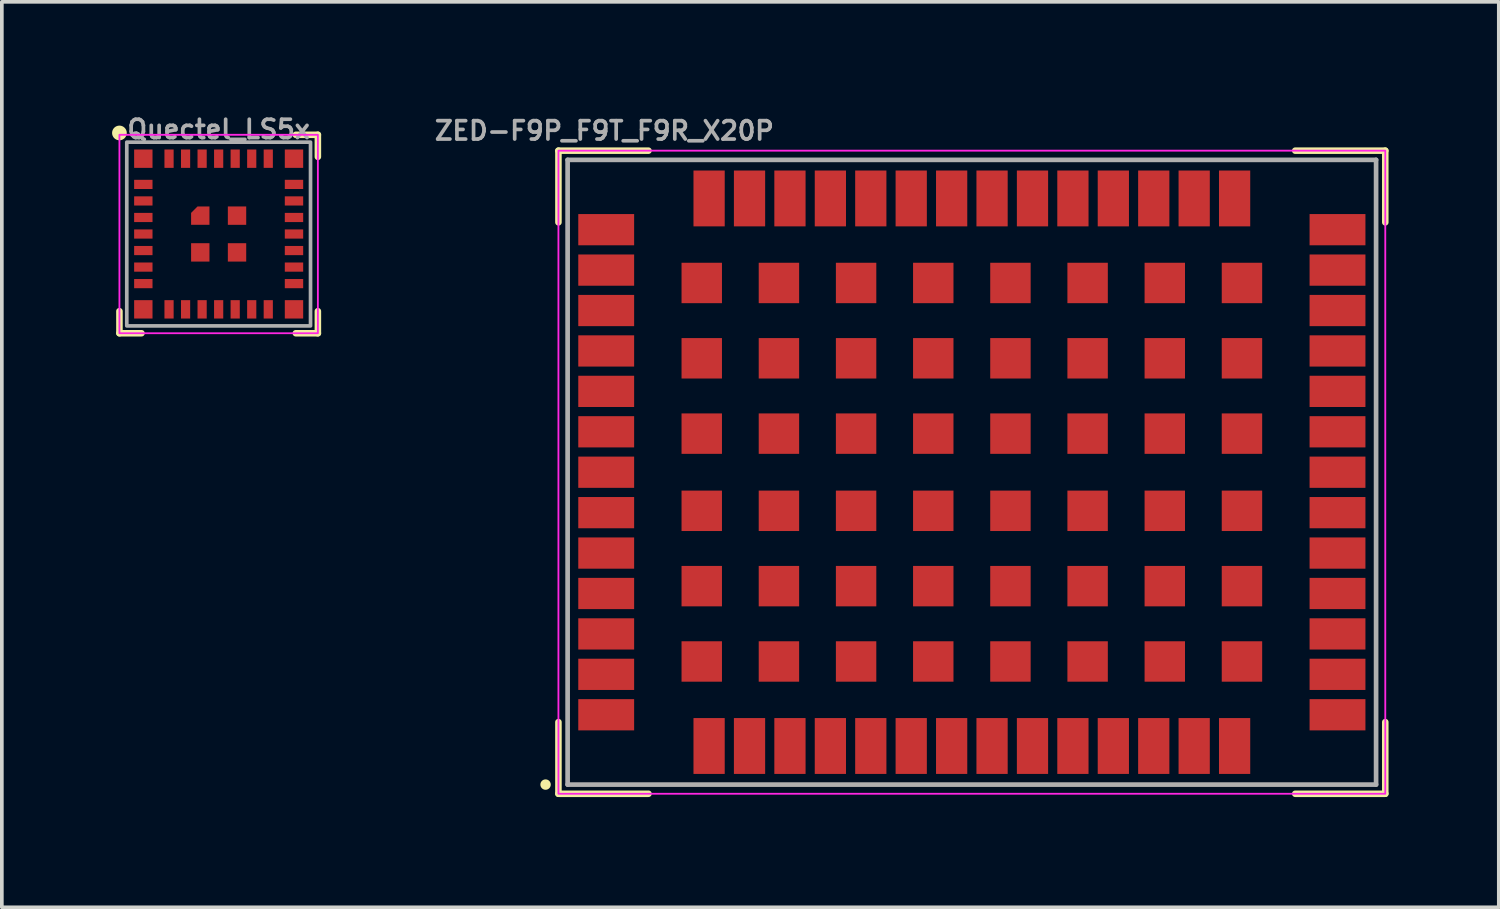
<source format=kicad_pcb>
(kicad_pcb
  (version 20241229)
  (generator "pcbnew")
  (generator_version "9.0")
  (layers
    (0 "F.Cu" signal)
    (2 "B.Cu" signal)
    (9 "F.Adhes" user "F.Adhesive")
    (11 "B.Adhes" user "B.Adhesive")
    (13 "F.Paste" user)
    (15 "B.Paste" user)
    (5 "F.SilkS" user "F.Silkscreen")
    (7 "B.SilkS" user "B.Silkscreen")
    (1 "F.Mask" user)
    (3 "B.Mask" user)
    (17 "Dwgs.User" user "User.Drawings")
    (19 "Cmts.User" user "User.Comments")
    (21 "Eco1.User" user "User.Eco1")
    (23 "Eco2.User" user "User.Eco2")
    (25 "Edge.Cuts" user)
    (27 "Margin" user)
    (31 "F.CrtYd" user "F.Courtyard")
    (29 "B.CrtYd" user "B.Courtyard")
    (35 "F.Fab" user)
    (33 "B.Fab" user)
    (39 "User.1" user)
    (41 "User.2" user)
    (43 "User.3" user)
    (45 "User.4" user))
  (footprint "Quectel_LS5x"
    (layer "F.Cu")
    (at 2.9 3.318)
    (property "Reference" "Quectel_LS5x" (at 0 -2.85 0) (layer "F.Fab") (effects (font (size 0.5 0.5) (thickness 0.1))))
    (attr smd)
    (fp_line (start -2.7 2.7) (end -2.7 2.1) (stroke (width 0.178) (type default)) (layer "F.SilkS"))
    (fp_line (start -2.1 2.7) (end -2.7 2.7) (stroke (width 0.178) (type default)) (layer "F.SilkS"))
    (fp_line (start 2.1 -2.7) (end 2.7 -2.7) (stroke (width 0.178) (type default)) (layer "F.SilkS"))
    (fp_line (start 2.7 -2.7) (end 2.7 -2.1) (stroke (width 0.178) (type default)) (layer "F.SilkS"))
    (fp_line (start 2.7 2.1) (end 2.7 2.7) (stroke (width 0.178) (type default)) (layer "F.SilkS"))
    (fp_line (start 2.7 2.7) (end 2.1 2.7) (stroke (width 0.178) (type default)) (layer "F.SilkS"))
    (fp_circle (center -2.7 -2.75) (end -2.8 -2.75) (stroke (width 0.2) (type solid)) (fill yes) (layer "F.SilkS"))
    (fp_rect (start -2.7 -2.7) (end 2.7 2.7) (stroke (width 0.05) (type default)) (fill no) (layer "F.CrtYd"))
    (fp_rect (start -2.5 -2.5) (end 2.5 2.5) (stroke (width 0.1) (type default)) (fill no) (layer "F.Fab"))
    (pad "1" smd rect (at -2.05 -1.35) (size 0.5 0.25) (layers "F.Cu" "F.Mask" "F.Paste"))
    (pad "2" smd rect (at -2.05 -0.9) (size 0.5 0.25) (layers "F.Cu" "F.Mask" "F.Paste"))
    (pad "3" smd rect (at -2.05 -0.45) (size 0.5 0.25) (layers "F.Cu" "F.Mask" "F.Paste"))
    (pad "4" smd rect (at -2.05 0) (size 0.5 0.25) (layers "F.Cu" "F.Mask" "F.Paste"))
    (pad "5" smd rect (at -2.05 0.45) (size 0.5 0.25) (layers "F.Cu" "F.Mask" "F.Paste"))
    (pad "6" smd rect (at -2.05 0.9) (size 0.5 0.25) (layers "F.Cu" "F.Mask" "F.Paste"))
    (pad "7" smd rect (at -2.05 1.35) (size 0.5 0.25) (layers "F.Cu" "F.Mask" "F.Paste"))
    (pad "8" smd rect (at -2.05 2.05) (size 0.5 0.5) (layers "F.Cu" "F.Mask" "F.Paste"))
    (pad "9" smd rect (at -1.35 2.05 90) (size 0.5 0.25) (layers "F.Cu" "F.Mask" "F.Paste"))
    (pad "10" smd rect (at -0.9 2.05 90) (size 0.5 0.25) (layers "F.Cu" "F.Mask" "F.Paste"))
    (pad "11" smd rect (at -0.45 2.05 90) (size 0.5 0.25) (layers "F.Cu" "F.Mask" "F.Paste"))
    (pad "12" smd rect (at 0 2.05 90) (size 0.5 0.25) (layers "F.Cu" "F.Mask" "F.Paste"))
    (pad "13" smd rect (at 0.45 2.05 90) (size 0.5 0.25) (layers "F.Cu" "F.Mask" "F.Paste"))
    (pad "14" smd rect (at 0.9 2.05 90) (size 0.5 0.25) (layers "F.Cu" "F.Mask" "F.Paste"))
    (pad "15" smd rect (at 1.35 2.05 90) (size 0.5 0.25) (layers "F.Cu" "F.Mask" "F.Paste"))
    (pad "16" smd rect (at 2.05 2.05 90) (size 0.5 0.5) (layers "F.Cu" "F.Mask" "F.Paste"))
    (pad "17" smd rect (at 2.05 1.35) (size 0.5 0.25) (layers "F.Cu" "F.Mask" "F.Paste"))
    (pad "18" smd rect (at 2.05 0.9) (size 0.5 0.25) (layers "F.Cu" "F.Mask" "F.Paste"))
    (pad "19" smd rect (at 2.05 0.45) (size 0.5 0.25) (layers "F.Cu" "F.Mask" "F.Paste"))
    (pad "20" smd rect (at 2.05 0) (size 0.5 0.25) (layers "F.Cu" "F.Mask" "F.Paste"))
    (pad "21" smd rect (at 2.05 -0.45) (size 0.5 0.25) (layers "F.Cu" "F.Mask" "F.Paste"))
    (pad "22" smd rect (at 2.05 -0.9) (size 0.5 0.25) (layers "F.Cu" "F.Mask" "F.Paste"))
    (pad "23" smd rect (at 2.05 -1.35) (size 0.5 0.25) (layers "F.Cu" "F.Mask" "F.Paste"))
    (pad "24" smd rect (at 2.05 -2.05) (size 0.5 0.5) (layers "F.Cu" "F.Mask" "F.Paste"))
    (pad "25" smd rect (at 1.35 -2.05 90) (size 0.5 0.25) (layers "F.Cu" "F.Mask" "F.Paste"))
    (pad "26" smd rect (at 0.9 -2.05 90) (size 0.5 0.25) (layers "F.Cu" "F.Mask" "F.Paste"))
    (pad "27" smd rect (at 0.45 -2.05 90) (size 0.5 0.25) (layers "F.Cu" "F.Mask" "F.Paste"))
    (pad "28" smd rect (at 0 -2.05 90) (size 0.5 0.25) (layers "F.Cu" "F.Mask" "F.Paste"))
    (pad "29" smd rect (at -0.45 -2.05 90) (size 0.5 0.25) (layers "F.Cu" "F.Mask" "F.Paste"))
    (pad "30" smd rect (at -0.9 -2.05 90) (size 0.5 0.25) (layers "F.Cu" "F.Mask" "F.Paste"))
    (pad "31" smd rect (at -1.35 -2.05 90) (size 0.5 0.25) (layers "F.Cu" "F.Mask" "F.Paste"))
    (pad "32" smd rect (at -2.05 -2.05) (size 0.5 0.5) (layers "F.Cu" "F.Mask" "F.Paste"))
    (pad "CP" smd roundrect (at -0.5 -0.5) (size 0.5 0.5) (layers "F.Cu" "F.Mask" "F.Paste") (roundrect_rratio 0) (chamfer_ratio 0.35) (chamfer top_left))
    (pad "CP" smd rect (at -0.5 0.5) (size 0.5 0.5) (layers "F.Cu" "F.Mask" "F.Paste"))
    (pad "CP" smd rect (at 0.5 -0.5) (size 0.5 0.5) (layers "F.Cu" "F.Mask" "F.Paste"))
    (pad "CP" smd rect (at 0.5 0.5) (size 0.5 0.5) (layers "F.Cu" "F.Mask" "F.Paste")))
  (footprint "ZED-F9P_F9T_F9R_X20P"
    (layer "F.Cu")
    (at 23.396 9.8)
    (property "Reference" "ZED-F9P_F9T_F9R_X20P" (at -10 -9 0) (layer "F.Fab") (effects (font (size 0.5 0.5) (thickness 0.1) (bold yes)) (justify bottom)))
    (attr smd)
    (fp_line (start -11.25 -8.75) (end -8.8 -8.75) (stroke (width 0.178) (type solid)) (layer "F.SilkS"))
    (fp_line (start -11.25 -6.8) (end -11.25 -8.75) (stroke (width 0.178) (type solid)) (layer "F.SilkS"))
    (fp_line (start -11.25 8.75) (end -11.25 6.8) (stroke (width 0.178) (type solid)) (layer "F.SilkS"))
    (fp_line (start -8.8 8.75) (end -11.25 8.75) (stroke (width 0.178) (type solid)) (layer "F.SilkS"))
    (fp_line (start 8.8 -8.75) (end 11.25 -8.75) (stroke (width 0.178) (type solid)) (layer "F.SilkS"))
    (fp_line (start 11.25 -8.75) (end 11.25 -6.8) (stroke (width 0.178) (type solid)) (layer "F.SilkS"))
    (fp_line (start 11.25 6.8) (end 11.25 8.75) (stroke (width 0.178) (type solid)) (layer "F.SilkS"))
    (fp_line (start 11.25 8.75) (end 8.8 8.75) (stroke (width 0.178) (type solid)) (layer "F.SilkS"))
    (fp_circle (center -11.6 8.5) (end -11.529 8.5) (stroke (width 0.141) (type solid)) (fill yes) (layer "F.SilkS"))
    (fp_rect (start -11.25 -8.75) (end 11.25 8.75) (stroke (width 0.05) (type default)) (fill no) (layer "F.CrtYd"))
    (fp_line (start -11 -8.5) (end 11 -8.5) (stroke (width 0.127) (type solid)) (layer "F.Fab"))
    (fp_line (start -11 8.5) (end -11 -8.5) (stroke (width 0.127) (type solid)) (layer "F.Fab"))
    (fp_line (start 11 -8.5) (end 11 8.5) (stroke (width 0.127) (type solid)) (layer "F.Fab"))
    (fp_line (start 11 8.5) (end -11 8.5) (stroke (width 0.127) (type solid)) (layer "F.Fab"))
    (pad "1" smd rect (at -7.15 7.45 90) (size 1.52 0.85) (layers "F.Cu" "F.Mask" "F.Paste"))
    (pad "2" smd rect (at -6.05 7.45 90) (size 1.52 0.85) (layers "F.Cu" "F.Mask" "F.Paste"))
    (pad "3" smd rect (at -4.95 7.45 90) (size 1.52 0.85) (layers "F.Cu" "F.Mask" "F.Paste"))
    (pad "4" smd rect (at -3.85 7.45 90) (size 1.52 0.85) (layers "F.Cu" "F.Mask" "F.Paste"))
    (pad "5" smd rect (at -2.75 7.45 90) (size 1.52 0.85) (layers "F.Cu" "F.Mask" "F.Paste"))
    (pad "6" smd rect (at -1.65 7.45 90) (size 1.52 0.85) (layers "F.Cu" "F.Mask" "F.Paste"))
    (pad "7" smd rect (at -0.55 7.45 90) (size 1.52 0.85) (layers "F.Cu" "F.Mask" "F.Paste"))
    (pad "8" smd rect (at 0.55 7.45 90) (size 1.52 0.85) (layers "F.Cu" "F.Mask" "F.Paste"))
    (pad "9" smd rect (at 1.65 7.45 90) (size 1.52 0.85) (layers "F.Cu" "F.Mask" "F.Paste"))
    (pad "10" smd rect (at 2.75 7.45 90) (size 1.52 0.85) (layers "F.Cu" "F.Mask" "F.Paste"))
    (pad "11" smd rect (at 3.85 7.45 90) (size 1.52 0.85) (layers "F.Cu" "F.Mask" "F.Paste"))
    (pad "12" smd rect (at 4.95 7.45 90) (size 1.52 0.85) (layers "F.Cu" "F.Mask" "F.Paste"))
    (pad "13" smd rect (at 6.05 7.45 90) (size 1.52 0.85) (layers "F.Cu" "F.Mask" "F.Paste"))
    (pad "14" smd rect (at 7.15 7.45 90) (size 1.52 0.85) (layers "F.Cu" "F.Mask" "F.Paste"))
    (pad "15" smd rect (at 9.95 6.6) (size 1.52 0.85) (layers "F.Cu" "F.Mask" "F.Paste"))
    (pad "16" smd rect (at 9.95 5.5) (size 1.52 0.85) (layers "F.Cu" "F.Mask" "F.Paste"))
    (pad "17" smd rect (at 9.95 4.4) (size 1.52 0.85) (layers "F.Cu" "F.Mask" "F.Paste"))
    (pad "18" smd rect (at 9.95 3.3) (size 1.52 0.85) (layers "F.Cu" "F.Mask" "F.Paste"))
    (pad "19" smd rect (at 9.95 2.2) (size 1.52 0.85) (layers "F.Cu" "F.Mask" "F.Paste"))
    (pad "20" smd rect (at 9.95 1.1) (size 1.52 0.85) (layers "F.Cu" "F.Mask" "F.Paste"))
    (pad "21" smd rect (at 9.95 0) (size 1.52 0.85) (layers "F.Cu" "F.Mask" "F.Paste"))
    (pad "22" smd rect (at 9.95 -1.1) (size 1.52 0.85) (layers "F.Cu" "F.Mask" "F.Paste"))
    (pad "23" smd rect (at 9.95 -2.2) (size 1.52 0.85) (layers "F.Cu" "F.Mask" "F.Paste"))
    (pad "24" smd rect (at 9.95 -3.3) (size 1.52 0.85) (layers "F.Cu" "F.Mask" "F.Paste"))
    (pad "25" smd rect (at 9.95 -4.4) (size 1.52 0.85) (layers "F.Cu" "F.Mask" "F.Paste"))
    (pad "26" smd rect (at 9.95 -5.5) (size 1.52 0.85) (layers "F.Cu" "F.Mask" "F.Paste"))
    (pad "27" smd rect (at 9.95 -6.6) (size 1.52 0.85) (layers "F.Cu" "F.Mask" "F.Paste"))
    (pad "28" smd rect (at 7.15 -7.45 270) (size 1.52 0.85) (layers "F.Cu" "F.Mask" "F.Paste"))
    (pad "29" smd rect (at 6.05 -7.45 270) (size 1.52 0.85) (layers "F.Cu" "F.Mask" "F.Paste"))
    (pad "30" smd rect (at 4.95 -7.45 270) (size 1.52 0.85) (layers "F.Cu" "F.Mask" "F.Paste"))
    (pad "31" smd rect (at 3.85 -7.45 270) (size 1.52 0.85) (layers "F.Cu" "F.Mask" "F.Paste"))
    (pad "32" smd rect (at 2.75 -7.45 270) (size 1.52 0.85) (layers "F.Cu" "F.Mask" "F.Paste"))
    (pad "33" smd rect (at 1.65 -7.45 270) (size 1.52 0.85) (layers "F.Cu" "F.Mask" "F.Paste"))
    (pad "34" smd rect (at 0.55 -7.45 270) (size 1.52 0.85) (layers "F.Cu" "F.Mask" "F.Paste"))
    (pad "35" smd rect (at -0.55 -7.45 270) (size 1.52 0.85) (layers "F.Cu" "F.Mask" "F.Paste"))
    (pad "36" smd rect (at -1.65 -7.45 270) (size 1.52 0.85) (layers "F.Cu" "F.Mask" "F.Paste"))
    (pad "37" smd rect (at -2.75 -7.45 270) (size 1.52 0.85) (layers "F.Cu" "F.Mask" "F.Paste"))
    (pad "38" smd rect (at -3.85 -7.45 270) (size 1.52 0.85) (layers "F.Cu" "F.Mask" "F.Paste"))
    (pad "39" smd rect (at -4.95 -7.45 270) (size 1.52 0.85) (layers "F.Cu" "F.Mask" "F.Paste"))
    (pad "40" smd rect (at -6.05 -7.45 270) (size 1.52 0.85) (layers "F.Cu" "F.Mask" "F.Paste"))
    (pad "41" smd rect (at -7.15 -7.45 270) (size 1.52 0.85) (layers "F.Cu" "F.Mask" "F.Paste"))
    (pad "42" smd rect (at -9.95 -6.6 180) (size 1.52 0.85) (layers "F.Cu" "F.Mask" "F.Paste"))
    (pad "43" smd rect (at -9.95 -5.5 180) (size 1.52 0.85) (layers "F.Cu" "F.Mask" "F.Paste"))
    (pad "44" smd rect (at -9.95 -4.4 180) (size 1.52 0.85) (layers "F.Cu" "F.Mask" "F.Paste"))
    (pad "45" smd rect (at -9.95 -3.3 180) (size 1.52 0.85) (layers "F.Cu" "F.Mask" "F.Paste"))
    (pad "46" smd rect (at -9.95 -2.2 180) (size 1.52 0.85) (layers "F.Cu" "F.Mask" "F.Paste"))
    (pad "47" smd rect (at -9.95 -1.1 180) (size 1.52 0.85) (layers "F.Cu" "F.Mask" "F.Paste"))
    (pad "48" smd rect (at -9.95 0 180) (size 1.52 0.85) (layers "F.Cu" "F.Mask" "F.Paste"))
    (pad "49" smd rect (at -9.95 1.1 180) (size 1.52 0.85) (layers "F.Cu" "F.Mask" "F.Paste"))
    (pad "50" smd rect (at -9.95 2.2 180) (size 1.52 0.85) (layers "F.Cu" "F.Mask" "F.Paste"))
    (pad "51" smd rect (at -9.95 3.3 180) (size 1.52 0.85) (layers "F.Cu" "F.Mask" "F.Paste"))
    (pad "52" smd rect (at -9.95 4.4 180) (size 1.52 0.85) (layers "F.Cu" "F.Mask" "F.Paste"))
    (pad "53" smd rect (at -9.95 5.5 180) (size 1.52 0.85) (layers "F.Cu" "F.Mask" "F.Paste"))
    (pad "54" smd rect (at -9.95 6.6 180) (size 1.52 0.85) (layers "F.Cu" "F.Mask" "F.Paste"))
    (pad "55" smd rect (at -1.05 1.05) (size 1.1 1.1) (layers "F.Cu" "F.Mask" "F.Paste"))
    (pad "56" smd rect (at -3.15 1.05) (size 1.1 1.1) (layers "F.Cu" "F.Mask" "F.Paste"))
    (pad "57" smd rect (at -5.25 1.05) (size 1.1 1.1) (layers "F.Cu" "F.Mask" "F.Paste"))
    (pad "58" smd rect (at -7.35 1.05) (size 1.1 1.1) (layers "F.Cu" "F.Mask" "F.Paste"))
    (pad "59" smd rect (at -1.05 3.1) (size 1.1 1.1) (layers "F.Cu" "F.Mask" "F.Paste"))
    (pad "60" smd rect (at -3.15 3.1) (size 1.1 1.1) (layers "F.Cu" "F.Mask" "F.Paste"))
    (pad "61" smd rect (at -5.25 3.1) (size 1.1 1.1) (layers "F.Cu" "F.Mask" "F.Paste"))
    (pad "62" smd rect (at -7.35 3.1) (size 1.1 1.1) (layers "F.Cu" "F.Mask" "F.Paste"))
    (pad "63" smd rect (at -1.05 5.15) (size 1.1 1.1) (layers "F.Cu" "F.Mask" "F.Paste"))
    (pad "64" smd rect (at -3.15 5.15) (size 1.1 1.1) (layers "F.Cu" "F.Mask" "F.Paste"))
    (pad "65" smd rect (at -5.25 5.15) (size 1.1 1.1) (layers "F.Cu" "F.Mask" "F.Paste"))
    (pad "66" smd rect (at -7.35 5.15) (size 1.1 1.1) (layers "F.Cu" "F.Mask" "F.Paste"))
    (pad "67" smd rect (at -1.05 -5.15) (size 1.1 1.1) (layers "F.Cu" "F.Mask" "F.Paste"))
    (pad "68" smd rect (at -3.15 -5.15) (size 1.1 1.1) (layers "F.Cu" "F.Mask" "F.Paste"))
    (pad "69" smd rect (at -5.25 -5.15) (size 1.1 1.1) (layers "F.Cu" "F.Mask" "F.Paste"))
    (pad "70" smd rect (at -7.35 -5.15) (size 1.1 1.1) (layers "F.Cu" "F.Mask" "F.Paste"))
    (pad "71" smd rect (at -1.05 -3.1) (size 1.1 1.1) (layers "F.Cu" "F.Mask" "F.Paste"))
    (pad "72" smd rect (at -3.15 -3.1) (size 1.1 1.1) (layers "F.Cu" "F.Mask" "F.Paste"))
    (pad "73" smd rect (at -5.25 -3.1) (size 1.1 1.1) (layers "F.Cu" "F.Mask" "F.Paste"))
    (pad "74" smd rect (at -7.35 -3.1) (size 1.1 1.1) (layers "F.Cu" "F.Mask" "F.Paste"))
    (pad "75" smd rect (at -1.05 -1.05) (size 1.1 1.1) (layers "F.Cu" "F.Mask" "F.Paste"))
    (pad "76" smd rect (at -3.15 -1.05) (size 1.1 1.1) (layers "F.Cu" "F.Mask" "F.Paste"))
    (pad "77" smd rect (at -5.25 -1.05) (size 1.1 1.1) (layers "F.Cu" "F.Mask" "F.Paste"))
    (pad "78" smd rect (at -7.35 -1.05) (size 1.1 1.1) (layers "F.Cu" "F.Mask" "F.Paste"))
    (pad "79" smd rect (at 1.05 -1.05 180) (size 1.1 1.1) (layers "F.Cu" "F.Mask" "F.Paste"))
    (pad "80" smd rect (at 3.15 -1.05 180) (size 1.1 1.1) (layers "F.Cu" "F.Mask" "F.Paste"))
    (pad "81" smd rect (at 5.25 -1.05 180) (size 1.1 1.1) (layers "F.Cu" "F.Mask" "F.Paste"))
    (pad "82" smd rect (at 7.35 -1.05 180) (size 1.1 1.1) (layers "F.Cu" "F.Mask" "F.Paste"))
    (pad "83" smd rect (at 1.05 -3.1 180) (size 1.1 1.1) (layers "F.Cu" "F.Mask" "F.Paste"))
    (pad "84" smd rect (at 3.15 -3.1 180) (size 1.1 1.1) (layers "F.Cu" "F.Mask" "F.Paste"))
    (pad "85" smd rect (at 5.25 -3.1 180) (size 1.1 1.1) (layers "F.Cu" "F.Mask" "F.Paste"))
    (pad "86" smd rect (at 7.35 -3.1 180) (size 1.1 1.1) (layers "F.Cu" "F.Mask" "F.Paste"))
    (pad "87" smd rect (at 1.05 -5.15 180) (size 1.1 1.1) (layers "F.Cu" "F.Mask" "F.Paste"))
    (pad "88" smd rect (at 3.15 -5.15 180) (size 1.1 1.1) (layers "F.Cu" "F.Mask" "F.Paste"))
    (pad "89" smd rect (at 5.25 -5.15 180) (size 1.1 1.1) (layers "F.Cu" "F.Mask" "F.Paste"))
    (pad "90" smd rect (at 7.35 -5.15 180) (size 1.1 1.1) (layers "F.Cu" "F.Mask" "F.Paste"))
    (pad "91" smd rect (at 1.05 5.15 180) (size 1.1 1.1) (layers "F.Cu" "F.Mask" "F.Paste"))
    (pad "92" smd rect (at 3.15 5.15 180) (size 1.1 1.1) (layers "F.Cu" "F.Mask" "F.Paste"))
    (pad "93" smd rect (at 5.25 5.15 180) (size 1.1 1.1) (layers "F.Cu" "F.Mask" "F.Paste"))
    (pad "94" smd rect (at 7.35 5.15 180) (size 1.1 1.1) (layers "F.Cu" "F.Mask" "F.Paste"))
    (pad "95" smd rect (at 1.05 3.1 180) (size 1.1 1.1) (layers "F.Cu" "F.Mask" "F.Paste"))
    (pad "96" smd rect (at 3.15 3.1 180) (size 1.1 1.1) (layers "F.Cu" "F.Mask" "F.Paste"))
    (pad "97" smd rect (at 5.25 3.1 180) (size 1.1 1.1) (layers "F.Cu" "F.Mask" "F.Paste"))
    (pad "98" smd rect (at 7.35 3.1 180) (size 1.1 1.1) (layers "F.Cu" "F.Mask" "F.Paste"))
    (pad "99" smd rect (at 1.05 1.05 180) (size 1.1 1.1) (layers "F.Cu" "F.Mask" "F.Paste"))
    (pad "100" smd rect (at 3.15 1.05 180) (size 1.1 1.1) (layers "F.Cu" "F.Mask" "F.Paste"))
    (pad "101" smd rect (at 5.25 1.05 180) (size 1.1 1.1) (layers "F.Cu" "F.Mask" "F.Paste"))
    (pad "102" smd rect (at 7.35 1.05 180) (size 1.1 1.1) (layers "F.Cu" "F.Mask" "F.Paste")))
  (gr_rect
    (start -3 -3)
    (end 37.735 21.639)
    (stroke (width 0.1) (type default))
    (fill no)
    (layer "Edge.Cuts")))
</source>
